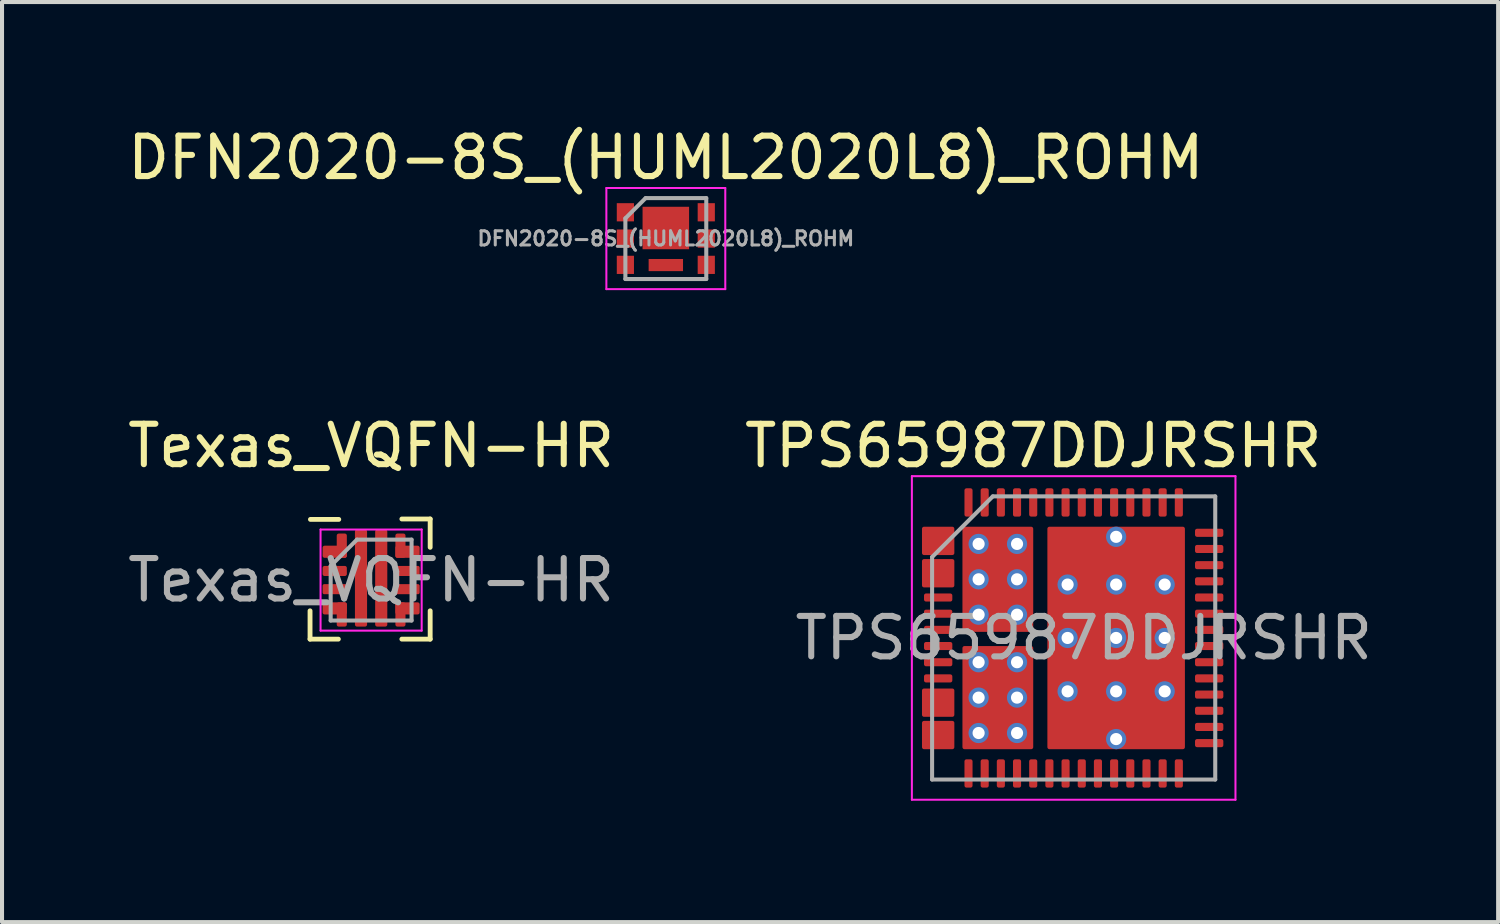
<source format=kicad_pcb>
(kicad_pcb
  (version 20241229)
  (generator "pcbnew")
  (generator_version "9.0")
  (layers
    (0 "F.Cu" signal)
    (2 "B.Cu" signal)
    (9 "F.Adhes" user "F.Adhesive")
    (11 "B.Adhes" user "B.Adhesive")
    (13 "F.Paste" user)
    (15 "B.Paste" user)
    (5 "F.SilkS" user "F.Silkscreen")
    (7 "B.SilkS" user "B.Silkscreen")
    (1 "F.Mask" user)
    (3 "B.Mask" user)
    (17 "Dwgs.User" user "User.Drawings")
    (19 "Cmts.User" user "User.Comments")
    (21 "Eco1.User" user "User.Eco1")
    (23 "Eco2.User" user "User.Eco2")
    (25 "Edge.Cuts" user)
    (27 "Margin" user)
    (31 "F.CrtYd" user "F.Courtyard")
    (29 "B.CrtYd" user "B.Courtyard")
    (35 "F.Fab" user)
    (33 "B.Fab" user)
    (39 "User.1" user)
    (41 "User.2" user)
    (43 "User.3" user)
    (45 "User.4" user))
  (footprint "DFN2020-8S_(HUML2020L8)_ROHM"
    (layer "F.Cu")
    (at 13.411 2.848)
    (property "Reference" "DFN2020-8S_(HUML2020L8)_ROHM" (at 0 -2 0) (layer "F.SilkS") (effects (font (size 1 1) (thickness 0.15))))
    (attr through_hole)
    (fp_line (start -1.47 -1.25) (end 1.47 -1.25) (stroke (width 0.05) (type solid)) (layer "F.CrtYd"))
    (fp_line (start -1.47 1.25) (end -1.47 -1.25) (stroke (width 0.05) (type solid)) (layer "F.CrtYd"))
    (fp_line (start -1.47 1.25) (end 1.47 1.25) (stroke (width 0.05) (type solid)) (layer "F.CrtYd"))
    (fp_line (start 1.47 1.25) (end 1.47 -1.25) (stroke (width 0.05) (type solid)) (layer "F.CrtYd"))
    (fp_line (start -1 -0.5) (end -1 1) (stroke (width 0.1) (type solid)) (layer "F.Fab"))
    (fp_line (start -1 1) (end 1 1) (stroke (width 0.1) (type solid)) (layer "F.Fab"))
    (fp_line (start -0.5 -1) (end -1 -0.5) (stroke (width 0.1) (type solid)) (layer "F.Fab"))
    (fp_line (start 1 -1) (end -0.5 -1) (stroke (width 0.1) (type solid)) (layer "F.Fab"))
    (fp_line (start 1 1) (end 1 -1) (stroke (width 0.1) (type solid)) (layer "F.Fab"))
    (fp_text user "${REFERENCE}" (at 0 0 0) (layer "F.Fab") (effects (font (size 0.35 0.35) (thickness 0.075))))
    (pad "1" smd rect (at -1 -0.65 90) (size 0.45 0.425) (layers "F.Cu" "F.Mask" "F.Paste"))
    (pad "2" smd rect (at -1 0 90) (size 0.45 0.425) (layers "F.Cu" "F.Mask" "F.Paste"))
    (pad "3" smd rect (at -1 0.65 90) (size 0.45 0.425) (layers "F.Cu" "F.Mask" "F.Paste"))
    (pad "4" smd rect (at 1 0.65 90) (size 0.45 0.425) (layers "F.Cu" "F.Mask" "F.Paste"))
    (pad "5" smd rect (at 1 0 90) (size 0.45 0.425) (layers "F.Cu" "F.Mask" "F.Paste"))
    (pad "6" smd rect (at 1 -0.65 90) (size 0.45 0.425) (layers "F.Cu" "F.Mask" "F.Paste"))
    (pad "7" smd rect (at 0 -0.261) (size 1.15 1.05) (layers "F.Cu" "F.Mask" "F.Paste"))
    (pad "8" smd rect (at 0 0.655) (size 0.85 0.3) (layers "F.Cu" "F.Mask" "F.Paste")))
  (footprint "TPS65987DDJRSHR"
    (layer "F.Cu")
    (at 23.494 12.722)
    (property "Reference" "TPS65987DDJRSHR" (at -1 -4.75 0) (layer "F.SilkS") (effects (font (size 1 1) (thickness 0.15))))
    (attr through_hole)
    (fp_line (start -4 -4) (end 4 -4) (stroke (width 0.05) (type solid)) (layer "F.CrtYd"))
    (fp_line (start -4 4) (end -4 -4) (stroke (width 0.05) (type solid)) (layer "F.CrtYd"))
    (fp_line (start 4 -4) (end 4 4) (stroke (width 0.05) (type solid)) (layer "F.CrtYd"))
    (fp_line (start 4 4) (end -4 4) (stroke (width 0.05) (type solid)) (layer "F.CrtYd"))
    (fp_line (start -3.5 3.5) (end -3.5 -2) (stroke (width 0.1) (type solid)) (layer "F.Fab"))
    (fp_line (start -2 -3.5) (end -3.5 -2) (stroke (width 0.1) (type solid)) (layer "F.Fab"))
    (fp_line (start -2 -3.5) (end 3.5 -3.5) (stroke (width 0.1) (type solid)) (layer "F.Fab"))
    (fp_line (start 3.5 -3.5) (end 3.5 3.5) (stroke (width 0.1) (type solid)) (layer "F.Fab"))
    (fp_line (start 3.5 3.5) (end -3.5 3.5) (stroke (width 0.1) (type solid)) (layer "F.Fab"))
    (fp_text user "${REFERENCE}" (at 0.25 0 0) (layer "F.Fab") (effects (font (size 1 1) (thickness 0.15))))
    (pad "" smd roundrect (at -3.35 -2.6 90) (size 0.2 0.7) (layers "F.Mask" "F.Paste") (roundrect_rratio 0.25))
    (pad "" smd roundrect (at -3.35 -2.2 90) (size 0.2 0.7) (layers "F.Mask" "F.Paste") (roundrect_rratio 0.25))
    (pad "" smd roundrect (at -3.35 -1.8 90) (size 0.2 0.7) (layers "F.Mask" "F.Paste") (roundrect_rratio 0.25))
    (pad "" smd roundrect (at -3.35 -1.4 90) (size 0.2 0.7) (layers "F.Mask" "F.Paste") (roundrect_rratio 0.25))
    (pad "" smd roundrect (at -3.35 1.4 90) (size 0.2 0.7) (layers "F.Mask" "F.Paste") (roundrect_rratio 0.25))
    (pad "" smd roundrect (at -3.35 1.8 90) (size 0.2 0.7) (layers "F.Mask" "F.Paste") (roundrect_rratio 0.25))
    (pad "" smd roundrect (at -3.35 2.2 90) (size 0.2 0.7) (layers "F.Mask" "F.Paste") (roundrect_rratio 0.25))
    (pad "" smd roundrect (at -3.35 2.6 90) (size 0.2 0.7) (layers "F.Mask" "F.Paste") (roundrect_rratio 0.25))
    (pad "" smd roundrect (at -3.1 -2.4 180) (size 0.2 0.6) (layers "F.Mask" "F.Paste") (roundrect_rratio 0.25))
    (pad "" smd roundrect (at -3.1 -1.6 180) (size 0.2 0.6) (layers "F.Mask" "F.Paste") (roundrect_rratio 0.25))
    (pad "" smd roundrect (at -3.1 1.6 180) (size 0.2 0.6) (layers "F.Mask" "F.Paste") (roundrect_rratio 0.25))
    (pad "" smd roundrect (at -3.1 2.4 180) (size 0.2 0.6) (layers "F.Mask" "F.Paste") (roundrect_rratio 0.25))
    (pad "" smd roundrect (at -1.875 -2.125 90) (size 1.115 1.47) (layers "F.Paste") (roundrect_rratio 0.029))
    (pad "" smd roundrect (at -1.875 -0.775 90) (size 1.115 1.47) (layers "F.Paste") (roundrect_rratio 0.029))
    (pad "" smd roundrect (at -1.875 0.8 90) (size 1.115 1.47) (layers "F.Paste") (roundrect_rratio 0.029))
    (pad "" smd roundrect (at -1.875 2.15 90) (size 1.115 1.47) (layers "F.Paste") (roundrect_rratio 0.029))
    (pad "" smd roundrect (at 0.215 -1.98 90) (size 1.12 1.47) (layers "F.Paste") (roundrect_rratio 0.029))
    (pad "" smd roundrect (at 0.215 -0.66 90) (size 1.12 1.47) (layers "F.Paste") (roundrect_rratio 0.029))
    (pad "" smd roundrect (at 0.215 0.66 90) (size 1.12 1.47) (layers "F.Paste") (roundrect_rratio 0.029))
    (pad "" smd roundrect (at 0.215 1.98 90) (size 1.12 1.47) (layers "F.Paste") (roundrect_rratio 0.029))
    (pad "" smd roundrect (at 1.885 -1.98 90) (size 1.12 1.47) (layers "F.Paste") (roundrect_rratio 0.029))
    (pad "" smd roundrect (at 1.885 -0.66 90) (size 1.12 1.47) (layers "F.Paste") (roundrect_rratio 0.029))
    (pad "" smd roundrect (at 1.885 0.66 90) (size 1.12 1.47) (layers "F.Paste") (roundrect_rratio 0.029))
    (pad "" smd roundrect (at 1.885 1.98 90) (size 1.12 1.47) (layers "F.Paste") (roundrect_rratio 0.029))
    (pad "1/2" smd roundrect (at -3.35 -2.4 90) (size 0.7 0.8) (layers "F.Cu") (roundrect_rratio 0.071))
    (pad "3/4" smd roundrect (at -3.35 -1.6 90) (size 0.7 0.8) (layers "F.Cu") (roundrect_rratio 0.071))
    (pad "5" smd roundrect (at -3.35 -1 90) (size 0.2 0.7) (layers "F.Cu" "F.Mask" "F.Paste") (roundrect_rratio 0.25))
    (pad "6" smd roundrect (at -3.35 -0.6 90) (size 0.2 0.7) (layers "F.Cu" "F.Mask" "F.Paste") (roundrect_rratio 0.25))
    (pad "7" smd roundrect (at -3.35 -0.2 90) (size 0.2 0.7) (layers "F.Cu" "F.Mask" "F.Paste") (roundrect_rratio 0.25))
    (pad "8" smd roundrect (at -3.35 0.2 90) (size 0.2 0.7) (layers "F.Cu" "F.Mask" "F.Paste") (roundrect_rratio 0.25))
    (pad "9" smd roundrect (at -3.35 0.6 90) (size 0.2 0.7) (layers "F.Cu" "F.Mask" "F.Paste") (roundrect_rratio 0.25))
    (pad "10" smd roundrect (at -3.35 1 90) (size 0.2 0.7) (layers "F.Cu" "F.Mask" "F.Paste") (roundrect_rratio 0.25))
    (pad "11/12" smd roundrect (at -3.35 1.6 90) (size 0.7 0.8) (layers "F.Cu") (roundrect_rratio 0.071))
    (pad "13/14" smd roundrect (at -3.35 2.4 90) (size 0.7 0.8) (layers "F.Cu") (roundrect_rratio 0.071))
    (pad "15" smd roundrect (at -2.6 3.35) (size 0.2 0.7) (layers "F.Cu" "F.Mask" "F.Paste") (roundrect_rratio 0.25))
    (pad "16" smd roundrect (at -2.2 3.35) (size 0.2 0.7) (layers "F.Cu" "F.Mask" "F.Paste") (roundrect_rratio 0.25))
    (pad "17" smd roundrect (at -1.8 3.35) (size 0.2 0.7) (layers "F.Cu" "F.Mask" "F.Paste") (roundrect_rratio 0.25))
    (pad "18" smd roundrect (at -1.4 3.35) (size 0.2 0.7) (layers "F.Cu" "F.Mask" "F.Paste") (roundrect_rratio 0.25))
    (pad "19" smd roundrect (at -1 3.35) (size 0.2 0.7) (layers "F.Cu" "F.Mask" "F.Paste") (roundrect_rratio 0.25))
    (pad "20" smd roundrect (at -0.6 3.35) (size 0.2 0.7) (layers "F.Cu" "F.Mask" "F.Paste") (roundrect_rratio 0.25))
    (pad "21" smd roundrect (at -0.2 3.35 180) (size 0.2 0.7) (layers "F.Cu" "F.Mask" "F.Paste") (roundrect_rratio 0.25))
    (pad "22" smd roundrect (at 0.2 3.35 180) (size 0.2 0.7) (layers "F.Cu" "F.Mask" "F.Paste") (roundrect_rratio 0.25))
    (pad "23" smd roundrect (at 0.6 3.35) (size 0.2 0.7) (layers "F.Cu" "F.Mask" "F.Paste") (roundrect_rratio 0.25))
    (pad "24" smd roundrect (at 1 3.35) (size 0.2 0.7) (layers "F.Cu" "F.Mask" "F.Paste") (roundrect_rratio 0.25))
    (pad "25" smd roundrect (at 1.4 3.35) (size 0.2 0.7) (layers "F.Cu" "F.Mask" "F.Paste") (roundrect_rratio 0.25))
    (pad "26" smd roundrect (at 1.8 3.35) (size 0.2 0.7) (layers "F.Cu" "F.Mask" "F.Paste") (roundrect_rratio 0.25))
    (pad "27" smd roundrect (at 2.2 3.35) (size 0.2 0.7) (layers "F.Cu" "F.Mask" "F.Paste") (roundrect_rratio 0.25))
    (pad "28" smd roundrect (at 2.6 3.35) (size 0.2 0.7) (layers "F.Cu" "F.Mask" "F.Paste") (roundrect_rratio 0.25))
    (pad "29" smd roundrect (at 3.35 2.6 270) (size 0.2 0.7) (layers "F.Cu" "F.Mask" "F.Paste") (roundrect_rratio 0.25))
    (pad "30" smd roundrect (at 3.35 2.2 270) (size 0.2 0.7) (layers "F.Cu" "F.Mask" "F.Paste") (roundrect_rratio 0.25))
    (pad "31" smd roundrect (at 3.35 1.8 270) (size 0.2 0.7) (layers "F.Cu" "F.Mask" "F.Paste") (roundrect_rratio 0.25))
    (pad "32" smd roundrect (at 3.35 1.4 270) (size 0.2 0.7) (layers "F.Cu" "F.Mask" "F.Paste") (roundrect_rratio 0.25))
    (pad "33" smd roundrect (at 3.35 1 270) (size 0.2 0.7) (layers "F.Cu" "F.Mask" "F.Paste") (roundrect_rratio 0.25))
    (pad "34" smd roundrect (at 3.35 0.6 270) (size 0.2 0.7) (layers "F.Cu" "F.Mask" "F.Paste") (roundrect_rratio 0.25))
    (pad "35" smd roundrect (at 3.35 0.2 90) (size 0.2 0.7) (layers "F.Cu" "F.Mask" "F.Paste") (roundrect_rratio 0.25))
    (pad "36" smd roundrect (at 3.35 -0.2 90) (size 0.2 0.7) (layers "F.Cu" "F.Mask" "F.Paste") (roundrect_rratio 0.25))
    (pad "37" smd roundrect (at 3.35 -0.6 270) (size 0.2 0.7) (layers "F.Cu" "F.Mask" "F.Paste") (roundrect_rratio 0.25))
    (pad "38" smd roundrect (at 3.35 -1 270) (size 0.2 0.7) (layers "F.Cu" "F.Mask" "F.Paste") (roundrect_rratio 0.25))
    (pad "39" smd roundrect (at 3.35 -1.4 270) (size 0.2 0.7) (layers "F.Cu" "F.Mask" "F.Paste") (roundrect_rratio 0.25))
    (pad "40" smd roundrect (at 3.35 -1.8 270) (size 0.2 0.7) (layers "F.Cu" "F.Mask" "F.Paste") (roundrect_rratio 0.25))
    (pad "41" smd roundrect (at 3.35 -2.2 270) (size 0.2 0.7) (layers "F.Cu" "F.Mask" "F.Paste") (roundrect_rratio 0.25))
    (pad "42" smd roundrect (at 3.35 -2.6 270) (size 0.2 0.7) (layers "F.Cu" "F.Mask" "F.Paste") (roundrect_rratio 0.25))
    (pad "43" smd roundrect (at 2.6 -3.35 180) (size 0.2 0.7) (layers "F.Cu" "F.Mask" "F.Paste") (roundrect_rratio 0.25))
    (pad "44" smd roundrect (at 2.2 -3.35 180) (size 0.2 0.7) (layers "F.Cu" "F.Mask" "F.Paste") (roundrect_rratio 0.25))
    (pad "45" smd roundrect (at 1.8 -3.35 180) (size 0.2 0.7) (layers "F.Cu" "F.Mask" "F.Paste") (roundrect_rratio 0.25))
    (pad "46" smd roundrect (at 1.4 -3.35 180) (size 0.2 0.7) (layers "F.Cu" "F.Mask" "F.Paste") (roundrect_rratio 0.25))
    (pad "47" smd roundrect (at 1 -3.35 180) (size 0.2 0.7) (layers "F.Cu" "F.Mask" "F.Paste") (roundrect_rratio 0.25))
    (pad "48" smd roundrect (at 0.6 -3.35 180) (size 0.2 0.7) (layers "F.Cu" "F.Mask" "F.Paste") (roundrect_rratio 0.25))
    (pad "49" smd roundrect (at 0.2 -3.35 180) (size 0.2 0.7) (layers "F.Cu" "F.Mask" "F.Paste") (roundrect_rratio 0.25))
    (pad "50" smd roundrect (at -0.2 -3.35 180) (size 0.2 0.7) (layers "F.Cu" "F.Mask" "F.Paste") (roundrect_rratio 0.25))
    (pad "51" smd roundrect (at -0.6 -3.35 180) (size 0.2 0.7) (layers "F.Cu" "F.Mask" "F.Paste") (roundrect_rratio 0.25))
    (pad "52" smd roundrect (at -1 -3.35 180) (size 0.2 0.7) (layers "F.Cu" "F.Mask" "F.Paste") (roundrect_rratio 0.25))
    (pad "53" smd roundrect (at -1.4 -3.35 180) (size 0.2 0.7) (layers "F.Cu" "F.Mask" "F.Paste") (roundrect_rratio 0.25))
    (pad "54" smd roundrect (at -1.8 -3.35 180) (size 0.2 0.7) (layers "F.Cu" "F.Mask" "F.Paste") (roundrect_rratio 0.25))
    (pad "55" smd roundrect (at -2.2 -3.35 180) (size 0.2 0.7) (layers "F.Cu" "F.Mask" "F.Paste") (roundrect_rratio 0.25))
    (pad "56" smd roundrect (at -2.6 -3.35 180) (size 0.2 0.7) (layers "F.Cu" "F.Mask" "F.Paste") (roundrect_rratio 0.25))
    (pad "57" thru_hole circle (at -2.35 -2.325 270) (size 0.5 0.5) (drill 0.3) (layers "*.Cu" "*.Mask"))
    (pad "57" thru_hole circle (at -2.35 -1.45 270) (size 0.5 0.5) (drill 0.3) (layers "*.Cu" "*.Mask"))
    (pad "57" thru_hole circle (at -2.35 -0.575 270) (size 0.5 0.5) (drill 0.3) (layers "*.Cu" "*.Mask"))
    (pad "57" smd roundrect (at -1.875 -1.45 90) (size 2.6 1.75) (layers "F.Cu" "F.Mask") (roundrect_rratio 0.029))
    (pad "57" thru_hole circle (at -1.4 -2.325 270) (size 0.5 0.5) (drill 0.3) (layers "*.Cu" "*.Mask"))
    (pad "57" thru_hole circle (at -1.4 -1.45 270) (size 0.5 0.5) (drill 0.3) (layers "*.Cu" "*.Mask"))
    (pad "57" thru_hole circle (at -1.4 -0.575 270) (size 0.5 0.5) (drill 0.3) (layers "*.Cu" "*.Mask"))
    (pad "58" thru_hole circle (at -2.35 0.6 270) (size 0.5 0.5) (drill 0.3) (layers "*.Cu" "*.Mask"))
    (pad "58" thru_hole circle (at -2.35 1.475 270) (size 0.5 0.5) (drill 0.3) (layers "*.Cu" "*.Mask"))
    (pad "58" thru_hole circle (at -2.35 2.35 270) (size 0.5 0.5) (drill 0.3) (layers "*.Cu" "*.Mask"))
    (pad "58" smd roundrect (at -1.875 1.475 90) (size 2.55 1.75) (layers "F.Cu" "F.Mask") (roundrect_rratio 0.029))
    (pad "58" thru_hole circle (at -1.4 0.6) (size 0.5 0.5) (drill 0.3) (layers "*.Cu" "*.Mask"))
    (pad "58" thru_hole circle (at -1.4 1.475 270) (size 0.5 0.5) (drill 0.3) (layers "*.Cu" "*.Mask"))
    (pad "58" thru_hole circle (at -1.4 2.35 270) (size 0.5 0.5) (drill 0.3) (layers "*.Cu" "*.Mask"))
    (pad "59" thru_hole circle (at -0.15 -1.32 270) (size 0.5 0.5) (drill 0.3) (layers "*.Cu" "*.Mask"))
    (pad "59" thru_hole circle (at -0.15 0 270) (size 0.5 0.5) (drill 0.3) (layers "*.Cu" "*.Mask"))
    (pad "59" thru_hole circle (at -0.15 1.32 270) (size 0.5 0.5) (drill 0.3) (layers "*.Cu" "*.Mask"))
    (pad "59" thru_hole circle (at 1.05 -2.5 270) (size 0.5 0.5) (drill 0.3) (layers "*.Cu" "*.Mask"))
    (pad "59" thru_hole circle (at 1.05 -1.32 270) (size 0.5 0.5) (drill 0.3) (layers "*.Cu" "*.Mask"))
    (pad "59" thru_hole circle (at 1.05 0 270) (size 0.5 0.5) (drill 0.3) (layers "*.Cu" "*.Mask"))
    (pad "59" smd roundrect (at 1.05 0 90) (size 5.5 3.4) (layers "F.Cu" "F.Mask") (roundrect_rratio 0.015))
    (pad "59" thru_hole circle (at 1.05 1.32 270) (size 0.5 0.5) (drill 0.3) (layers "*.Cu" "*.Mask"))
    (pad "59" thru_hole circle (at 1.05 2.5 270) (size 0.5 0.5) (drill 0.3) (layers "*.Cu" "*.Mask"))
    (pad "59" thru_hole circle (at 2.25 -1.32 270) (size 0.5 0.5) (drill 0.3) (layers "*.Cu" "*.Mask"))
    (pad "59" thru_hole circle (at 2.25 0 270) (size 0.5 0.5) (drill 0.3) (layers "*.Cu" "*.Mask"))
    (pad "59" thru_hole circle (at 2.25 1.32 270) (size 0.5 0.5) (drill 0.3) (layers "*.Cu" "*.Mask")))
  (footprint "Texas_VQFN-HR"
    (layer "F.Cu")
    (at 6.125 11.291)
    (property "Reference" "Texas_VQFN-HR" (at 0 -3.32 0) (layer "F.SilkS") (effects (font (size 1 1) (thickness 0.15))))
    (attr smd)
    (fp_line (start -1.51 1.46) (end -1.51 0.76) (stroke (width 0.12) (type solid)) (layer "F.SilkS"))
    (fp_line (start -0.81 1.46) (end -1.51 1.46) (stroke (width 0.12) (type solid)) (layer "F.SilkS"))
    (fp_line (start -0.8 -1.5) (end -1.5 -1.5) (stroke (width 0.12) (type solid)) (layer "F.SilkS"))
    (fp_line (start 0.76 -1.51) (end 1.46 -1.51) (stroke (width 0.12) (type solid)) (layer "F.SilkS"))
    (fp_line (start 0.76 1.46) (end 1.46 1.46) (stroke (width 0.12) (type solid)) (layer "F.SilkS"))
    (fp_line (start 1.46 -1.51) (end 1.46 -0.81) (stroke (width 0.12) (type solid)) (layer "F.SilkS"))
    (fp_line (start 1.46 1.46) (end 1.46 0.76) (stroke (width 0.12) (type solid)) (layer "F.SilkS"))
    (fp_line (start -1.25 -1.25) (end -1.25 1.25) (stroke (width 0.05) (type solid)) (layer "F.CrtYd"))
    (fp_line (start -1.25 1.25) (end 1.25 1.25) (stroke (width 0.05) (type solid)) (layer "F.CrtYd"))
    (fp_line (start 1.25 -1.25) (end -1.25 -1.25) (stroke (width 0.05) (type solid)) (layer "F.CrtYd"))
    (fp_line (start 1.25 1.25) (end 1.25 -1.25) (stroke (width 0.05) (type solid)) (layer "F.CrtYd"))
    (fp_line (start -1 -0.35) (end -0.35 -1) (stroke (width 0.1) (type solid)) (layer "F.Fab"))
    (fp_line (start -1 1) (end -1 -0.35) (stroke (width 0.1) (type solid)) (layer "F.Fab"))
    (fp_line (start -0.35 -1) (end 1 -1) (stroke (width 0.1) (type solid)) (layer "F.Fab"))
    (fp_line (start 1 -1) (end 1 1) (stroke (width 0.1) (type solid)) (layer "F.Fab"))
    (fp_line (start 1 1) (end -1 1) (stroke (width 0.1) (type solid)) (layer "F.Fab"))
    (fp_text user "${REFERENCE}" (at 0 0 0) (layer "F.Fab") (effects (font (size 1 1) (thickness 0.15))))
    (pad "1" smd roundrect (at -0.9 -0.7) (size 0.6 0.3) (layers "F.Cu" "F.Mask" "F.Paste") (roundrect_rratio 0.167))
    (pad "1" smd roundrect (at -0.725 -0.85 90) (size 0.6 0.25) (layers "F.Cu" "F.Mask" "F.Paste") (roundrect_rratio 0.2))
    (pad "2" smd roundrect (at -0.9 -0.225) (size 0.6 0.25) (layers "F.Cu" "F.Mask" "F.Paste") (roundrect_rratio 0.2))
    (pad "3" smd roundrect (at -0.9 0.225) (size 0.6 0.25) (layers "F.Cu" "F.Mask" "F.Paste") (roundrect_rratio 0.167))
    (pad "4" smd roundrect (at -0.9 0.7) (size 0.6 0.3) (layers "F.Cu" "F.Mask" "F.Paste") (roundrect_rratio 0.167))
    (pad "4" smd roundrect (at -0.725 0.85 90) (size 0.6 0.25) (layers "F.Cu" "F.Mask" "F.Paste") (roundrect_rratio 0.2))
    (pad "5" smd roundrect (at -0.25 -0.05) (size 0.3 2.4) (layers "F.Cu" "F.Mask" "F.Paste") (roundrect_rratio 0.167))
    (pad "6" smd roundrect (at 0.25 -0.05) (size 0.3 2.4) (layers "F.Cu" "F.Mask" "F.Paste") (roundrect_rratio 0.167))
    (pad "7" smd roundrect (at 0.725 0.85 90) (size 0.6 0.25) (layers "F.Cu" "F.Mask" "F.Paste") (roundrect_rratio 0.2))
    (pad "7" smd roundrect (at 0.9 0.7) (size 0.6 0.3) (layers "F.Cu" "F.Mask" "F.Paste") (roundrect_rratio 0.167))
    (pad "8" smd roundrect (at 0.9 0.225) (size 0.6 0.25) (layers "F.Cu" "F.Mask" "F.Paste") (roundrect_rratio 0.167))
    (pad "9" smd roundrect (at 0.9 -0.225) (size 0.6 0.25) (layers "F.Cu" "F.Mask" "F.Paste") (roundrect_rratio 0.167))
    (pad "10" smd roundrect (at 0.725 -0.85 90) (size 0.6 0.25) (layers "F.Cu" "F.Mask" "F.Paste") (roundrect_rratio 0.2))
    (pad "10" smd roundrect (at 0.9 -0.7) (size 0.6 0.3) (layers "F.Cu" "F.Mask" "F.Paste") (roundrect_rratio 0.167)))
  (gr_rect
    (start -3 -3)
    (end 33.988 19.747)
    (stroke (width 0.1) (type default))
    (fill no)
    (layer "Edge.Cuts")))
</source>
